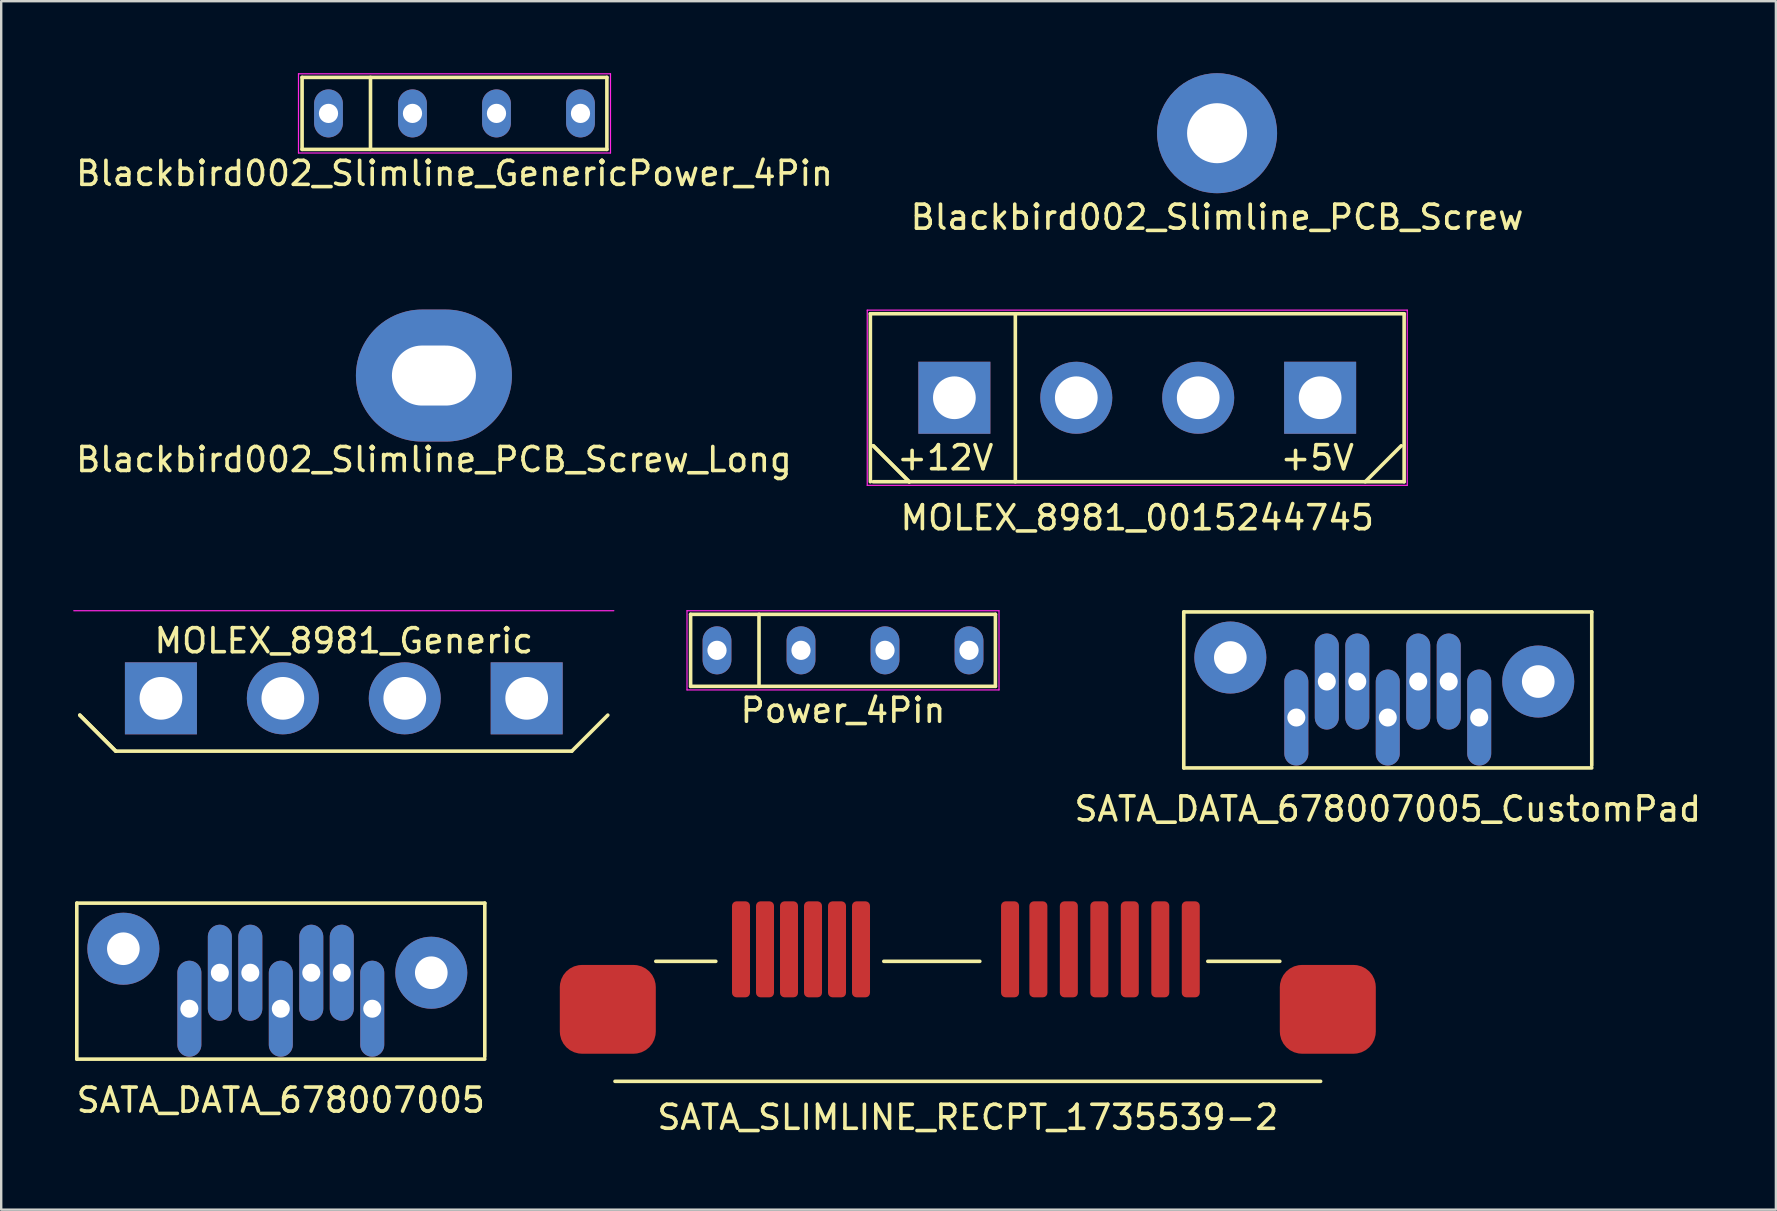
<source format=kicad_pcb>
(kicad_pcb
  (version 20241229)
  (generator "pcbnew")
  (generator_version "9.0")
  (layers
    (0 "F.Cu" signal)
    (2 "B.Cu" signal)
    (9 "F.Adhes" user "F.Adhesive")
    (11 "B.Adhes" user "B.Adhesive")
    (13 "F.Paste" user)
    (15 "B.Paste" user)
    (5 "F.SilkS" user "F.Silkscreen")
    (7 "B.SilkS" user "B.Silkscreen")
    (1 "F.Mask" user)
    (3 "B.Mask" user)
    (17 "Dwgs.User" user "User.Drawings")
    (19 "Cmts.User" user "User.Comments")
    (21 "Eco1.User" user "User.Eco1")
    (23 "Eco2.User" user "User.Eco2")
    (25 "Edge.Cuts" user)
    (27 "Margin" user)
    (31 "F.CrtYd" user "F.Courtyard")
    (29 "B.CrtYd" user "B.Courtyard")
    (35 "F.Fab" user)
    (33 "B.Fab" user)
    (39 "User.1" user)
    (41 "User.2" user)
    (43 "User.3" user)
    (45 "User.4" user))
  (footprint "SATA_SLIMLINE_RECPT_1735539-2"
    (layer "F.Cu")
    (at 37.275 39.005)
    (property "Reference" "SATA_SLIMLINE_RECPT_1735539-2" (at 0 4.5 0) (layer "F.SilkS") (effects (font (size 1 1) (thickness 0.15))))
    (attr smd)
    (fp_line (start -13 -2) (end -10.5 -2) (stroke (width 0.15) (type solid)) (layer "F.SilkS"))
    (fp_line (start -3.5 -2) (end 0.5 -2) (stroke (width 0.15) (type solid)) (layer "F.SilkS"))
    (fp_line (start 10 -2) (end 13 -2) (stroke (width 0.15) (type solid)) (layer "F.SilkS"))
    (fp_line (start 14.7 3) (end -14.7 3) (stroke (width 0.15) (type solid)) (layer "F.SilkS"))
    (pad "" smd roundrect (at -15 0) (size 4 3.7) (layers "F.Cu" "F.Mask" "F.Paste") (roundrect_rratio 0.25))
    (pad "" smd roundrect (at 15 0) (size 4 3.7) (layers "F.Cu" "F.Mask" "F.Paste") (roundrect_rratio 0.25))
    (pad "1" smd roundrect (at 9.29 -2.5) (size 0.75 4) (layers "F.Cu" "F.Mask" "F.Paste") (roundrect_rratio 0.25))
    (pad "2" smd roundrect (at 8.02 -2.5) (size 0.75 4) (layers "F.Cu" "F.Mask" "F.Paste") (roundrect_rratio 0.25))
    (pad "3" smd roundrect (at 6.75 -2.5) (size 0.75 4) (layers "F.Cu" "F.Mask" "F.Paste") (roundrect_rratio 0.25))
    (pad "4" smd roundrect (at 5.48 -2.5) (size 0.75 4) (layers "F.Cu" "F.Mask" "F.Paste") (roundrect_rratio 0.25))
    (pad "5" smd roundrect (at 4.21 -2.5) (size 0.75 4) (layers "F.Cu" "F.Mask" "F.Paste") (roundrect_rratio 0.25))
    (pad "6" smd roundrect (at 2.94 -2.5) (size 0.75 4) (layers "F.Cu" "F.Mask" "F.Paste") (roundrect_rratio 0.25))
    (pad "7" smd roundrect (at 1.76 -2.5) (size 0.75 4) (layers "F.Cu" "F.Mask" "F.Paste") (roundrect_rratio 0.25))
    (pad "8" smd roundrect (at -4.45 -2.5) (size 0.75 4) (layers "F.Cu" "F.Mask" "F.Paste") (roundrect_rratio 0.25))
    (pad "9" smd roundrect (at -5.45 -2.5) (size 0.75 4) (layers "F.Cu" "F.Mask" "F.Paste") (roundrect_rratio 0.25))
    (pad "10" smd roundrect (at -6.45 -2.5) (size 0.75 4) (layers "F.Cu" "F.Mask" "F.Paste") (roundrect_rratio 0.25))
    (pad "11" smd roundrect (at -7.45 -2.5) (size 0.75 4) (layers "F.Cu" "F.Mask" "F.Paste") (roundrect_rratio 0.25))
    (pad "12" smd roundrect (at -8.45 -2.5) (size 0.75 4) (layers "F.Cu" "F.Mask" "F.Paste") (roundrect_rratio 0.25))
    (pad "13" smd roundrect (at -9.45 -2.5) (size 0.75 4) (layers "F.Cu" "F.Mask" "F.Paste") (roundrect_rratio 0.25)))
  (footprint "MOLEX_8981_Generic"
    (layer "F.Cu")
    (at 11.275 26.047)
    (property "Reference" "MOLEX_8981_Generic" (at 0 -2.4 0) (layer "F.SilkS") (effects (font (size 1 1) (thickness 0.15))))
    (attr through_hole)
    (fp_line (start -11 0.7) (end -9.5 2.2) (stroke (width 0.15) (type solid)) (layer "F.SilkS"))
    (fp_line (start -9.5 2.2) (end -11 0.7) (stroke (width 0.15) (type solid)) (layer "F.SilkS"))
    (fp_line (start 9.5 2.2) (end -9.5 2.2) (stroke (width 0.15) (type solid)) (layer "F.SilkS"))
    (fp_line (start 9.5 2.2) (end 11 0.7) (stroke (width 0.15) (type solid)) (layer "F.SilkS"))
    (fp_line (start -11.25 -3.65) (end 11.25 -3.65) (stroke (width 0.05) (type solid)) (layer "F.CrtYd"))
    (pad "1" thru_hole rect (at -7.62 0) (size 3 3) (drill 1.78) (layers "*.Cu" "*.Mask"))
    (pad "2" thru_hole circle (at -2.54 0) (size 3 3) (drill 1.78) (layers "*.Cu" "*.Mask"))
    (pad "3" thru_hole circle (at 2.54 0) (size 3 3) (drill 1.78) (layers "*.Cu" "*.Mask"))
    (pad "4" thru_hole rect (at 7.62 0) (size 3 3) (drill 1.78) (layers "*.Cu" "*.Mask")))
  (footprint "MOLEX_8981_0015244745"
    (layer "F.Cu")
    (at 44.335 13.523)
    (property "Reference" "MOLEX_8981_0015244745" (at 0 5 0) (layer "F.SilkS") (effects (font (size 1 1) (thickness 0.15))))
    (attr through_hole)
    (fp_line (start -11.12 -3.5) (end 11.12 -3.5) (stroke (width 0.15) (type solid)) (layer "F.SilkS"))
    (fp_line (start -11.12 3.5) (end -11.12 -3.5) (stroke (width 0.15) (type solid)) (layer "F.SilkS"))
    (fp_line (start -11 2) (end -9.5 3.5) (stroke (width 0.15) (type solid)) (layer "F.SilkS"))
    (fp_line (start -11 3.5) (end -9.5 3.5) (stroke (width 0.15) (type solid)) (layer "F.SilkS"))
    (fp_line (start -9.5 3.5) (end -11 2) (stroke (width 0.15) (type solid)) (layer "F.SilkS"))
    (fp_line (start -5.08 -3.5) (end -5.08 3.5) (stroke (width 0.15) (type solid)) (layer "F.SilkS"))
    (fp_line (start 9.5 3.5) (end 11 2) (stroke (width 0.15) (type solid)) (layer "F.SilkS"))
    (fp_line (start 11.12 -3.5) (end 11.12 3.5) (stroke (width 0.15) (type solid)) (layer "F.SilkS"))
    (fp_line (start 11.12 3.5) (end -9.5 3.5) (stroke (width 0.15) (type solid)) (layer "F.SilkS"))
    (fp_line (start -11.25 -3.65) (end 11.25 -3.65) (stroke (width 0.05) (type solid)) (layer "F.CrtYd"))
    (fp_line (start -11.25 3.65) (end -11.25 -3.65) (stroke (width 0.05) (type solid)) (layer "F.CrtYd"))
    (fp_line (start 11.25 -3.65) (end 11.25 3.65) (stroke (width 0.05) (type solid)) (layer "F.CrtYd"))
    (fp_line (start 11.25 3.65) (end -11.25 3.65) (stroke (width 0.05) (type solid)) (layer "F.CrtYd"))
    (fp_text user "+12V" (at -8 2.5 0) (layer "F.SilkS") (effects (font (size 1 1) (thickness 0.15))))
    (fp_text user "+5V" (at 7.5 2.5 0) (layer "F.SilkS") (effects (font (size 1 1) (thickness 0.15))))
    (pad "1" thru_hole rect (at -7.62 0) (size 3 3) (drill 1.78) (layers "*.Cu" "*.Mask"))
    (pad "2" thru_hole circle (at -2.54 0) (size 3 3) (drill 1.78) (layers "*.Cu" "*.Mask"))
    (pad "3" thru_hole circle (at 2.54 0) (size 3 3) (drill 1.78) (layers "*.Cu" "*.Mask"))
    (pad "4" thru_hole rect (at 7.62 0) (size 3 3) (drill 1.78) (layers "*.Cu" "*.Mask")))
  (footprint "Blackbird002_Slimline_PCB_Screw"
    (layer "F.Cu")
    (at 47.661 2.5)
    (property "Reference" "Blackbird002_Slimline_PCB_Screw" (at 0 3.5 0) (layer "F.SilkS") (effects (font (size 1 1) (thickness 0.15))))
    (attr through_hole)
    (pad "1" thru_hole circle (at 0 0) (size 5 5) (drill 2.5) (layers "*.Cu" "*.Mask")))
  (footprint "SATA_DATA_678007005_CustomPad"
    (layer "F.Cu")
    (at 46.373 29.747)
    (property "Reference" "SATA_DATA_678007005_CustomPad" (at 8.4 0.91 0) (layer "F.SilkS") (effects (font (size 1 1) (thickness 0.15))))
    (attr through_hole)
    (fp_line (start -0.1 -7.3) (end 16.9 -7.3) (stroke (width 0.15) (type solid)) (layer "F.SilkS"))
    (fp_line (start -0.1 -0.8) (end -0.1 -7.3) (stroke (width 0.15) (type solid)) (layer "F.SilkS"))
    (fp_line (start -0.1 -0.8) (end 16.9 -0.8) (stroke (width 0.15) (type solid)) (layer "F.SilkS"))
    (fp_line (start 16.9 -7.3) (end 16.9 -0.9) (stroke (width 0.15) (type solid)) (layer "F.SilkS"))
    (pad "1" thru_hole oval (at 12.21 -2.9 180) (size 1 4) (drill 0.75) (layers "*.Cu" "*.Mask"))
    (pad "2" thru_hole oval (at 10.94 -4.4) (size 1 4) (drill 0.75) (layers "*.Cu" "*.Mask"))
    (pad "3" thru_hole oval (at 9.67 -4.4) (size 1 4) (drill 0.75) (layers "*.Cu" "*.Mask"))
    (pad "4" thru_hole oval (at 8.4 -2.9 180) (size 1 4) (drill 0.75) (layers "*.Cu" "*.Mask"))
    (pad "5" thru_hole oval (at 7.13 -4.4) (size 1 4) (drill 0.75) (layers "*.Cu" "*.Mask"))
    (pad "6" thru_hole oval (at 5.86 -4.4) (size 1 4) (drill 0.75) (layers "*.Cu" "*.Mask"))
    (pad "7" thru_hole oval (at 4.59 -2.9 180) (size 1 4) (drill 0.75) (layers "*.Cu" "*.Mask"))
    (pad "8" thru_hole circle (at 1.84 -5.4) (size 3 3) (drill 1.36) (layers "*.Cu" "*.Mask"))
    (pad "8" thru_hole circle (at 14.67 -4.4) (size 3 3) (drill 1.36) (layers "*.Cu" "*.Mask")))
  (footprint "SATA_DATA_678007005"
    (layer "F.Cu")
    (at 0.25 41.88)
    (property "Reference" "SATA_DATA_678007005" (at 8.4 0.91 0) (layer "F.SilkS") (effects (font (size 1 1) (thickness 0.15))))
    (attr through_hole)
    (fp_line (start -0.1 -7.3) (end 16.9 -7.3) (stroke (width 0.15) (type solid)) (layer "F.SilkS"))
    (fp_line (start -0.1 -0.8) (end -0.1 -7.3) (stroke (width 0.15) (type solid)) (layer "F.SilkS"))
    (fp_line (start -0.1 -0.8) (end 16.9 -0.8) (stroke (width 0.15) (type solid)) (layer "F.SilkS"))
    (fp_line (start 16.9 -7.3) (end 16.9 -0.9) (stroke (width 0.15) (type solid)) (layer "F.SilkS"))
    (pad "1" thru_hole oval (at 12.21 -2.9 180) (size 1 4) (drill 0.75) (layers "*.Cu" "*.Mask"))
    (pad "2" thru_hole oval (at 10.94 -4.4) (size 1 4) (drill 0.75) (layers "*.Cu" "*.Mask"))
    (pad "3" thru_hole oval (at 9.67 -4.4) (size 1 4) (drill 0.75) (layers "*.Cu" "*.Mask"))
    (pad "4" thru_hole oval (at 8.4 -2.9 180) (size 1 4) (drill 0.75) (layers "*.Cu" "*.Mask"))
    (pad "5" thru_hole oval (at 7.13 -4.4) (size 1 4) (drill 0.75) (layers "*.Cu" "*.Mask"))
    (pad "6" thru_hole oval (at 5.86 -4.4) (size 1 4) (drill 0.75) (layers "*.Cu" "*.Mask"))
    (pad "7" thru_hole oval (at 4.59 -2.9 180) (size 1 4) (drill 0.75) (layers "*.Cu" "*.Mask"))
    (pad "8" thru_hole circle (at 1.84 -5.4) (size 3 3) (drill 1.36) (layers "*.Cu" "*.Mask"))
    (pad "8" thru_hole circle (at 14.67 -4.4) (size 3 3) (drill 1.36) (layers "*.Cu" "*.Mask")))
  (footprint "Power_4Pin"
    (layer "F.Cu")
    (at 32.075 24.047)
    (property "Reference" "Power_4Pin" (at 0 2.5 0) (layer "F.SilkS") (effects (font (size 1 1) (thickness 0.15))))
    (attr through_hole)
    (fp_line (start -6.35 -1.5) (end 6.35 -1.5) (stroke (width 0.15) (type solid)) (layer "F.SilkS"))
    (fp_line (start -6.35 1.5) (end -6.35 -1.5) (stroke (width 0.15) (type solid)) (layer "F.SilkS"))
    (fp_line (start -3.5 -1.5) (end -3.5 1.5) (stroke (width 0.15) (type solid)) (layer "F.SilkS"))
    (fp_line (start 6.35 -1.5) (end 6.35 1.5) (stroke (width 0.15) (type solid)) (layer "F.SilkS"))
    (fp_line (start 6.35 1.5) (end -6.35 1.5) (stroke (width 0.15) (type solid)) (layer "F.SilkS"))
    (fp_line (start -6.5 -1.65) (end 6.5 -1.65) (stroke (width 0.05) (type solid)) (layer "F.CrtYd"))
    (fp_line (start -6.5 1.65) (end -6.5 -1.65) (stroke (width 0.05) (type solid)) (layer "F.CrtYd"))
    (fp_line (start 6.5 -1.65) (end 6.5 1.65) (stroke (width 0.05) (type solid)) (layer "F.CrtYd"))
    (fp_line (start 6.5 1.65) (end -6.5 1.65) (stroke (width 0.05) (type solid)) (layer "F.CrtYd"))
    (pad "1" thru_hole oval (at -5.25 0) (size 1.2 2) (drill 0.8) (layers "*.Cu" "*.Mask"))
    (pad "2" thru_hole oval (at -1.75 0) (size 1.2 2) (drill 0.8) (layers "*.Cu" "*.Mask"))
    (pad "3" thru_hole oval (at 1.75 0) (size 1.2 2) (drill 0.8) (layers "*.Cu" "*.Mask"))
    (pad "4" thru_hole oval (at 5.25 0) (size 1.2 2) (drill 0.8) (layers "*.Cu" "*.Mask")))
  (footprint "Blackbird002_Slimline_GenericPower_4Pin"
    (layer "F.Cu")
    (at 15.887 1.675)
    (property "Reference" "Blackbird002_Slimline_GenericPower_4Pin" (at 0 2.5 0) (layer "F.SilkS") (effects (font (size 1 1) (thickness 0.15))))
    (attr through_hole)
    (fp_line (start -6.35 -1.5) (end 6.35 -1.5) (stroke (width 0.15) (type solid)) (layer "F.SilkS"))
    (fp_line (start -6.35 1.5) (end -6.35 -1.5) (stroke (width 0.15) (type solid)) (layer "F.SilkS"))
    (fp_line (start -3.5 -1.5) (end -3.5 1.5) (stroke (width 0.15) (type solid)) (layer "F.SilkS"))
    (fp_line (start 6.35 -1.5) (end 6.35 1.5) (stroke (width 0.15) (type solid)) (layer "F.SilkS"))
    (fp_line (start 6.35 1.5) (end -6.35 1.5) (stroke (width 0.15) (type solid)) (layer "F.SilkS"))
    (fp_line (start -6.5 -1.65) (end 6.5 -1.65) (stroke (width 0.05) (type solid)) (layer "F.CrtYd"))
    (fp_line (start -6.5 1.65) (end -6.5 -1.65) (stroke (width 0.05) (type solid)) (layer "F.CrtYd"))
    (fp_line (start 6.5 -1.65) (end 6.5 1.65) (stroke (width 0.05) (type solid)) (layer "F.CrtYd"))
    (fp_line (start 6.5 1.65) (end -6.5 1.65) (stroke (width 0.05) (type solid)) (layer "F.CrtYd"))
    (pad "1" thru_hole oval (at -5.25 0) (size 1.2 2) (drill 0.8) (layers "*.Cu" "*.Mask"))
    (pad "2" thru_hole oval (at -1.75 0) (size 1.2 2) (drill 0.8) (layers "*.Cu" "*.Mask"))
    (pad "3" thru_hole oval (at 1.75 0) (size 1.2 2) (drill 0.8) (layers "*.Cu" "*.Mask"))
    (pad "4" thru_hole oval (at 5.25 0) (size 1.2 2) (drill 0.8) (layers "*.Cu" "*.Mask")))
  (footprint "Blackbird002_Slimline_PCB_Screw_Long"
    (layer "F.Cu")
    (at 15.03 12.598)
    (property "Reference" "Blackbird002_Slimline_PCB_Screw_Long" (at 0 3.5 0) (layer "F.SilkS") (effects (font (size 1 1) (thickness 0.15))))
    (attr through_hole)
    (pad "1" thru_hole oval (at 0 0) (size 6.5 5.5) (drill oval 3.5 2.5) (layers "*.Cu" "*.Mask")))
  (gr_rect
    (start -3 -3)
    (end 70.945 47.353)
    (stroke (width 0.1) (type default))
    (fill no)
    (layer "Edge.Cuts")))
</source>
